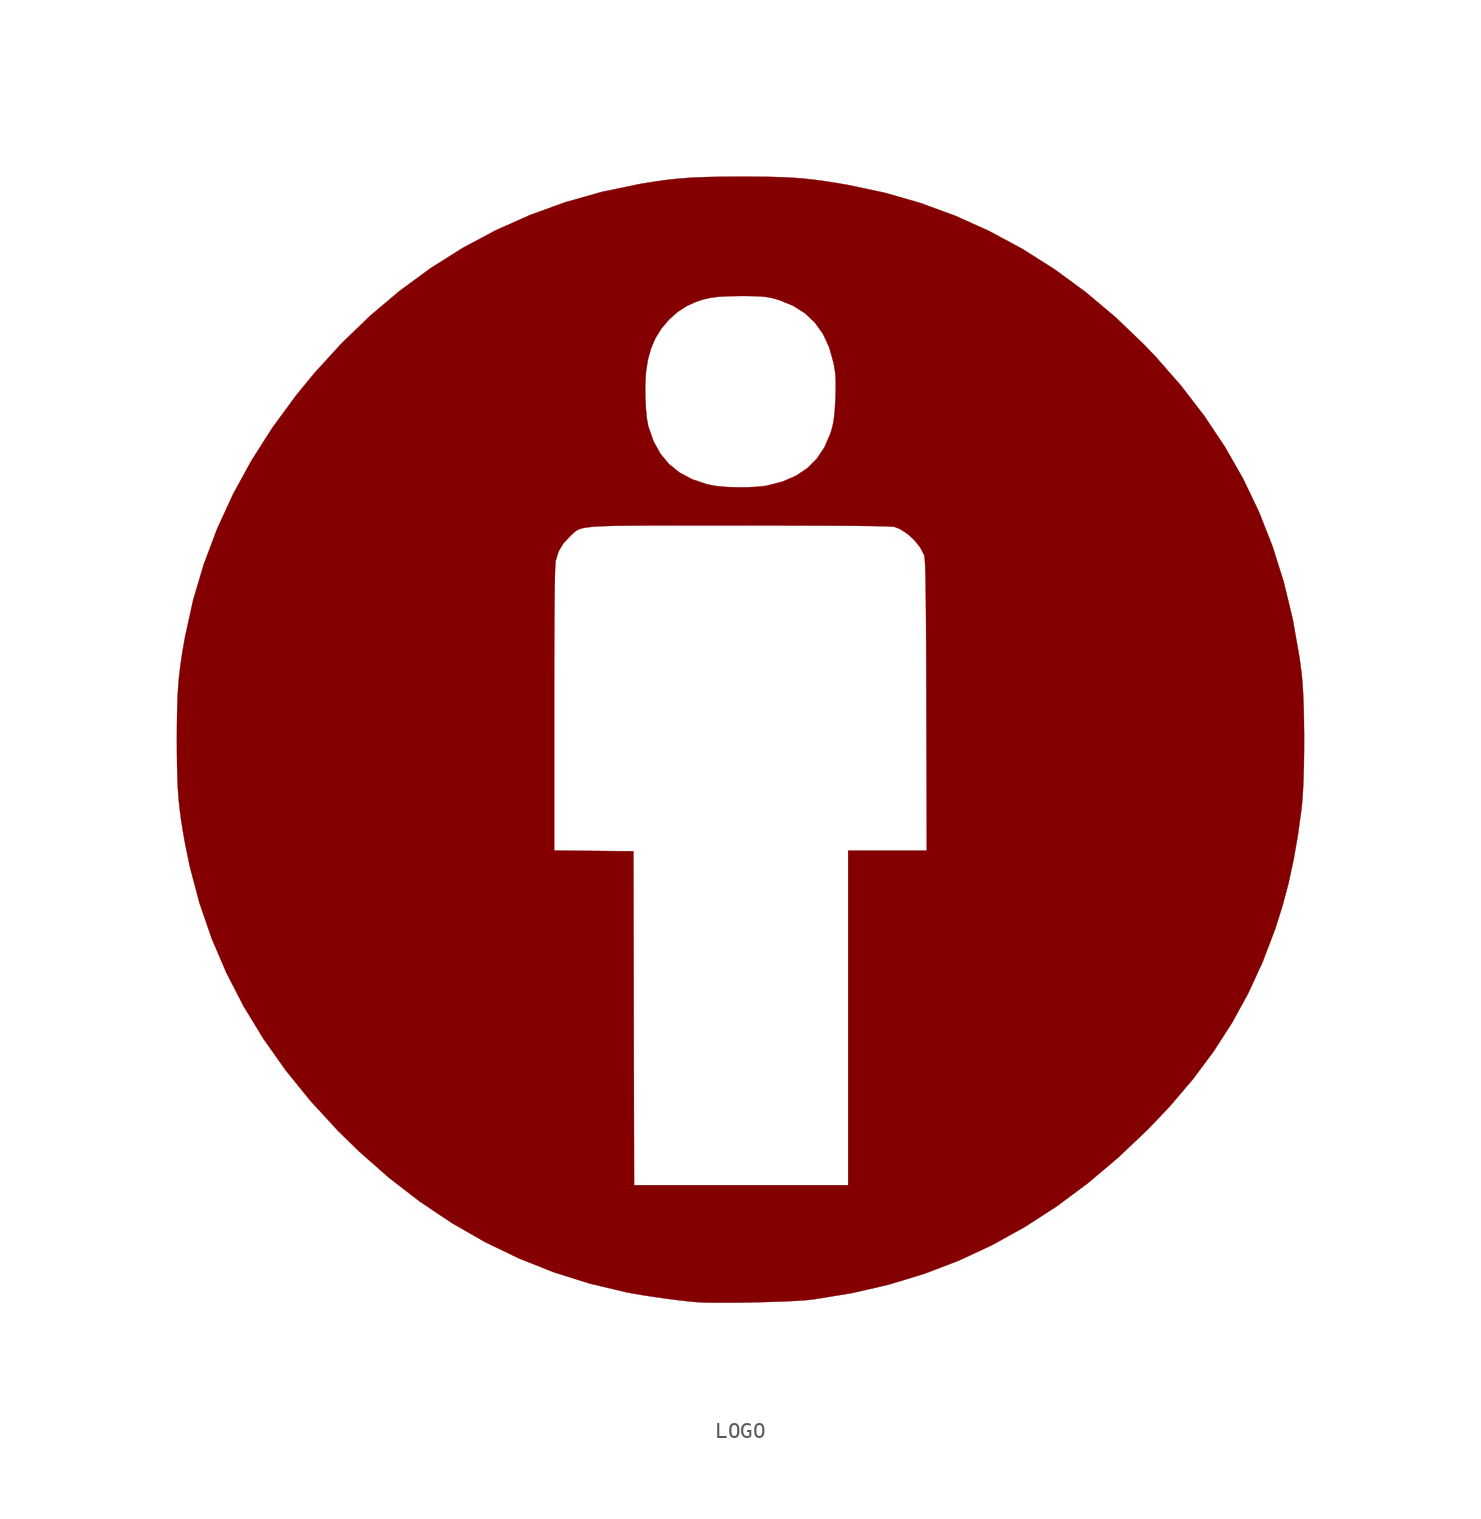
<source format=kicad_sym>
(kicad_symbol_lib
  (version 20220914)
  (generator bitmap2component)
  (symbol "LOGO"
    (pin_names
      (offset 1.016))
    (property "Reference" "#G"
      (at 0 42.714 0)
      (effects (font (size 1.27 1.27)) hide))
    (symbol "LOGO_0_0"
      (polyline (pts (xy -0.183 -34.853) (xy 0.585 -34.84) (xy 1.361 -34.822) (xy 2.114 -34.8) (xy 2.816 -34.773) (xy 3.437 -34.743) (xy 3.947 -34.71) (xy 4.318 -34.675) (xy 4.562 -34.644) (xy 6.931 -34.258) (xy 9.225 -33.728) (xy 11.448 -33.052) (xy 13.605 -32.227) (xy 15.701 -31.25) (xy 17.741 -30.119) (xy 19.731 -28.832) (xy 21.674 -27.386) (xy 23.576 -25.779) (xy 25.442 -24.007) (xy 26.768 -22.615) (xy 28.22 -20.912) (xy 29.519 -19.171) (xy 30.674 -17.379) (xy 31.693 -15.522) (xy 32.584 -13.585) (xy 33.357 -11.557) (xy 33.416 -11.384) (xy 33.846 -10.019) (xy 34.213 -8.632) (xy 34.526 -7.188) (xy 34.794 -5.649) (xy 35.024 -3.979) (xy 35.062 -3.614) (xy 35.109 -2.946) (xy 35.145 -2.162) (xy 35.169 -1.294) (xy 35.183 -0.373) (xy 35.185 0.569) (xy 35.175 1.501) (xy 35.155 2.39) (xy 35.123 3.205) (xy 35.08 3.915) (xy 35.026 4.487) (xy 34.898 5.449) (xy 34.474 7.862) (xy 33.913 10.18) (xy 33.212 12.409) (xy 32.368 14.555) (xy 31.378 16.624) (xy 30.238 18.624) (xy 28.947 20.561) (xy 27.501 22.442) (xy 25.896 24.273) (xy 25.209 24.993) (xy 23.412 26.717) (xy 21.542 28.292) (xy 19.603 29.715) (xy 17.597 30.986) (xy 15.526 32.103) (xy 13.393 33.064) (xy 11.2 33.868) (xy 8.95 34.514) (xy 6.646 35.001) (xy 5.908 35.126) (xy 5.196 35.237) (xy 4.543 35.325) (xy 3.917 35.393) (xy 3.285 35.443) (xy 2.614 35.477) (xy 1.872 35.499) (xy 1.025 35.51) (xy 0.042 35.513) (xy -0.328 35.513) (xy -1.278 35.507) (xy -2.101 35.492) (xy -2.829 35.465) (xy -3.493 35.425) (xy -4.124 35.37) (xy -4.755 35.297) (xy -5.416 35.203) (xy -6.138 35.088) (xy -6.362 35.05) (xy -8.707 34.561) (xy -10.985 33.916) (xy -13.194 33.117) (xy -15.335 32.163) (xy -17.405 31.056) (xy -19.404 29.796) (xy -21.33 28.384) (xy -23.183 26.821) (xy -24.962 25.106) (xy -26.665 23.241) (xy -27.344 22.413) (xy -5.994 22.413) (xy -5.949 23.283) (xy -5.833 24.05) (xy -5.64 24.745) (xy -5.365 25.4) (xy -5.35 25.429) (xy -4.981 26.024) (xy -4.503 26.585) (xy -3.961 27.067) (xy -3.398 27.426) (xy -3.309 27.471) (xy -2.849 27.678) (xy -2.404 27.832) (xy -1.938 27.94) (xy -1.413 28.008) (xy -0.794 28.044) (xy -0.042 28.055) (xy 0.45 28.053) (xy 0.923 28.044) (xy 1.292 28.025) (xy 1.593 27.992) (xy 1.86 27.944) (xy 2.129 27.876) (xy 2.389 27.799) (xy 3.254 27.444) (xy 3.997 26.973) (xy 4.618 26.384) (xy 5.121 25.676) (xy 5.505 24.846) (xy 5.773 23.894) (xy 5.789 23.815) (xy 5.853 23.457) (xy 5.894 23.12) (xy 5.913 22.757) (xy 5.914 22.319) (xy 5.9 21.759) (xy 5.892 21.537) (xy 5.85 20.855) (xy 5.789 20.301) (xy 5.711 19.897) (xy 5.571 19.435) (xy 5.206 18.598) (xy 4.729 17.885) (xy 4.136 17.293) (xy 3.423 16.818) (xy 2.587 16.456) (xy 1.623 16.206) (xy 1.48 16.182) (xy 0.997 16.132) (xy 0.42 16.104) (xy -0.198 16.098) (xy -0.805 16.115) (xy -1.349 16.153) (xy -1.778 16.213) (xy -2.173 16.303) (xy -3.077 16.607) (xy -3.856 17.025) (xy -4.515 17.56) (xy -5.056 18.215) (xy -5.482 18.993) (xy -5.797 19.897) (xy -5.807 19.934) (xy -5.889 20.385) (xy -5.949 20.996) (xy -5.986 21.759) (xy -5.994 22.413) (xy -27.344 22.413) (xy -27.817 21.837) (xy -29.287 19.834) (xy -30.599 17.777) (xy -31.752 15.67) (xy -32.744 13.514) (xy -33.574 11.311) (xy -34.243 9.064) (xy -34.748 6.773) (xy -34.825 6.342) (xy -34.949 5.607) (xy -35.047 4.931) (xy -35.124 4.282) (xy -35.18 3.627) (xy -35.22 2.934) (xy -35.239 2.334) (xy -11.684 2.334) (xy -11.683 3.994) (xy -11.68 5.486) (xy -11.676 6.81) (xy -11.669 7.968) (xy -11.661 8.961) (xy -11.651 9.789) (xy -11.639 10.454) (xy -11.626 10.957) (xy -11.61 11.297) (xy -11.593 11.478) (xy -11.583 11.53) (xy -11.409 12.095) (xy -11.112 12.593) (xy -10.67 13.063) (xy -10.565 13.16) (xy -10.471 13.249) (xy -10.381 13.328) (xy -10.285 13.398) (xy -10.173 13.459) (xy -10.036 13.511) (xy -9.864 13.556) (xy -9.648 13.594) (xy -9.377 13.625) (xy -9.043 13.651) (xy -8.636 13.671) (xy -8.146 13.687) (xy -7.564 13.699) (xy -6.879 13.707) (xy -6.083 13.712) (xy -5.166 13.715) (xy -4.117 13.716) (xy -2.928 13.716) (xy -1.589 13.716) (xy -0.091 13.716) (xy 0.882 13.715) (xy 2.455 13.713) (xy 3.878 13.71) (xy 5.148 13.705) (xy 6.263 13.699) (xy 7.22 13.691) (xy 8.019 13.681) (xy 8.657 13.67) (xy 9.131 13.658) (xy 9.44 13.644) (xy 9.582 13.629) (xy 9.934 13.488) (xy 10.4 13.188) (xy 10.832 12.792) (xy 11.192 12.339) (xy 11.437 11.868) (xy 11.442 11.854) (xy 11.46 11.765) (xy 11.477 11.623) (xy 11.492 11.417) (xy 11.505 11.14) (xy 11.517 10.783) (xy 11.527 10.336) (xy 11.536 9.791) (xy 11.545 9.139) (xy 11.552 8.37) (xy 11.558 7.477) (xy 11.564 6.45) (xy 11.569 5.28) (xy 11.574 3.958) (xy 11.578 2.477) (xy 11.604 -6.604) (xy 9.146 -6.604) (xy 6.689 -6.604) (xy 6.689 -17.06) (xy 6.689 -27.517) (xy 0.000300 -27.517) (xy -6.688 -27.517) (xy -6.71 -17.081) (xy -6.731 -6.646) (xy -9.207 -6.624) (xy -11.684 -6.601) (xy -11.684 2.187) (xy -11.684 2.334) (xy -35.239 2.334) (xy -35.245 2.17) (xy -35.258 1.301) (xy -35.262 0.296) (xy -35.261 -0.261) (xy -35.252 -1.189) (xy -35.233 -1.999) (xy -35.2 -2.721) (xy -35.152 -3.39) (xy -35.085 -4.038) (xy -34.997 -4.697) (xy -34.885 -5.401) (xy -34.747 -6.181) (xy -34.447 -7.637) (xy -33.843 -9.903) (xy -33.082 -12.108) (xy -32.163 -14.253) (xy -31.087 -16.34) (xy -29.852 -18.368) (xy -28.459 -20.34) (xy -26.906 -22.256) (xy -25.193 -24.117) (xy -23.88 -25.403) (xy -22.004 -27.054) (xy -20.067 -28.548) (xy -18.069 -29.885) (xy -16.011 -31.065) (xy -13.895 -32.087) (xy -11.722 -32.951) (xy -9.492 -33.655) (xy -7.208 -34.199) (xy -6.801 -34.276) (xy -6.136 -34.389) (xy -5.401 -34.503) (xy -4.644 -34.61) (xy -3.911 -34.704) (xy -3.251 -34.779) (xy -2.709 -34.828) (xy -2.594 -34.835) (xy -2.149 -34.851) (xy -1.58 -34.858) (xy -0.914 -34.859) (xy -0.183 -34.853)) (stroke (width 0.01) (type default)) (fill (type outline))))))
</source>
